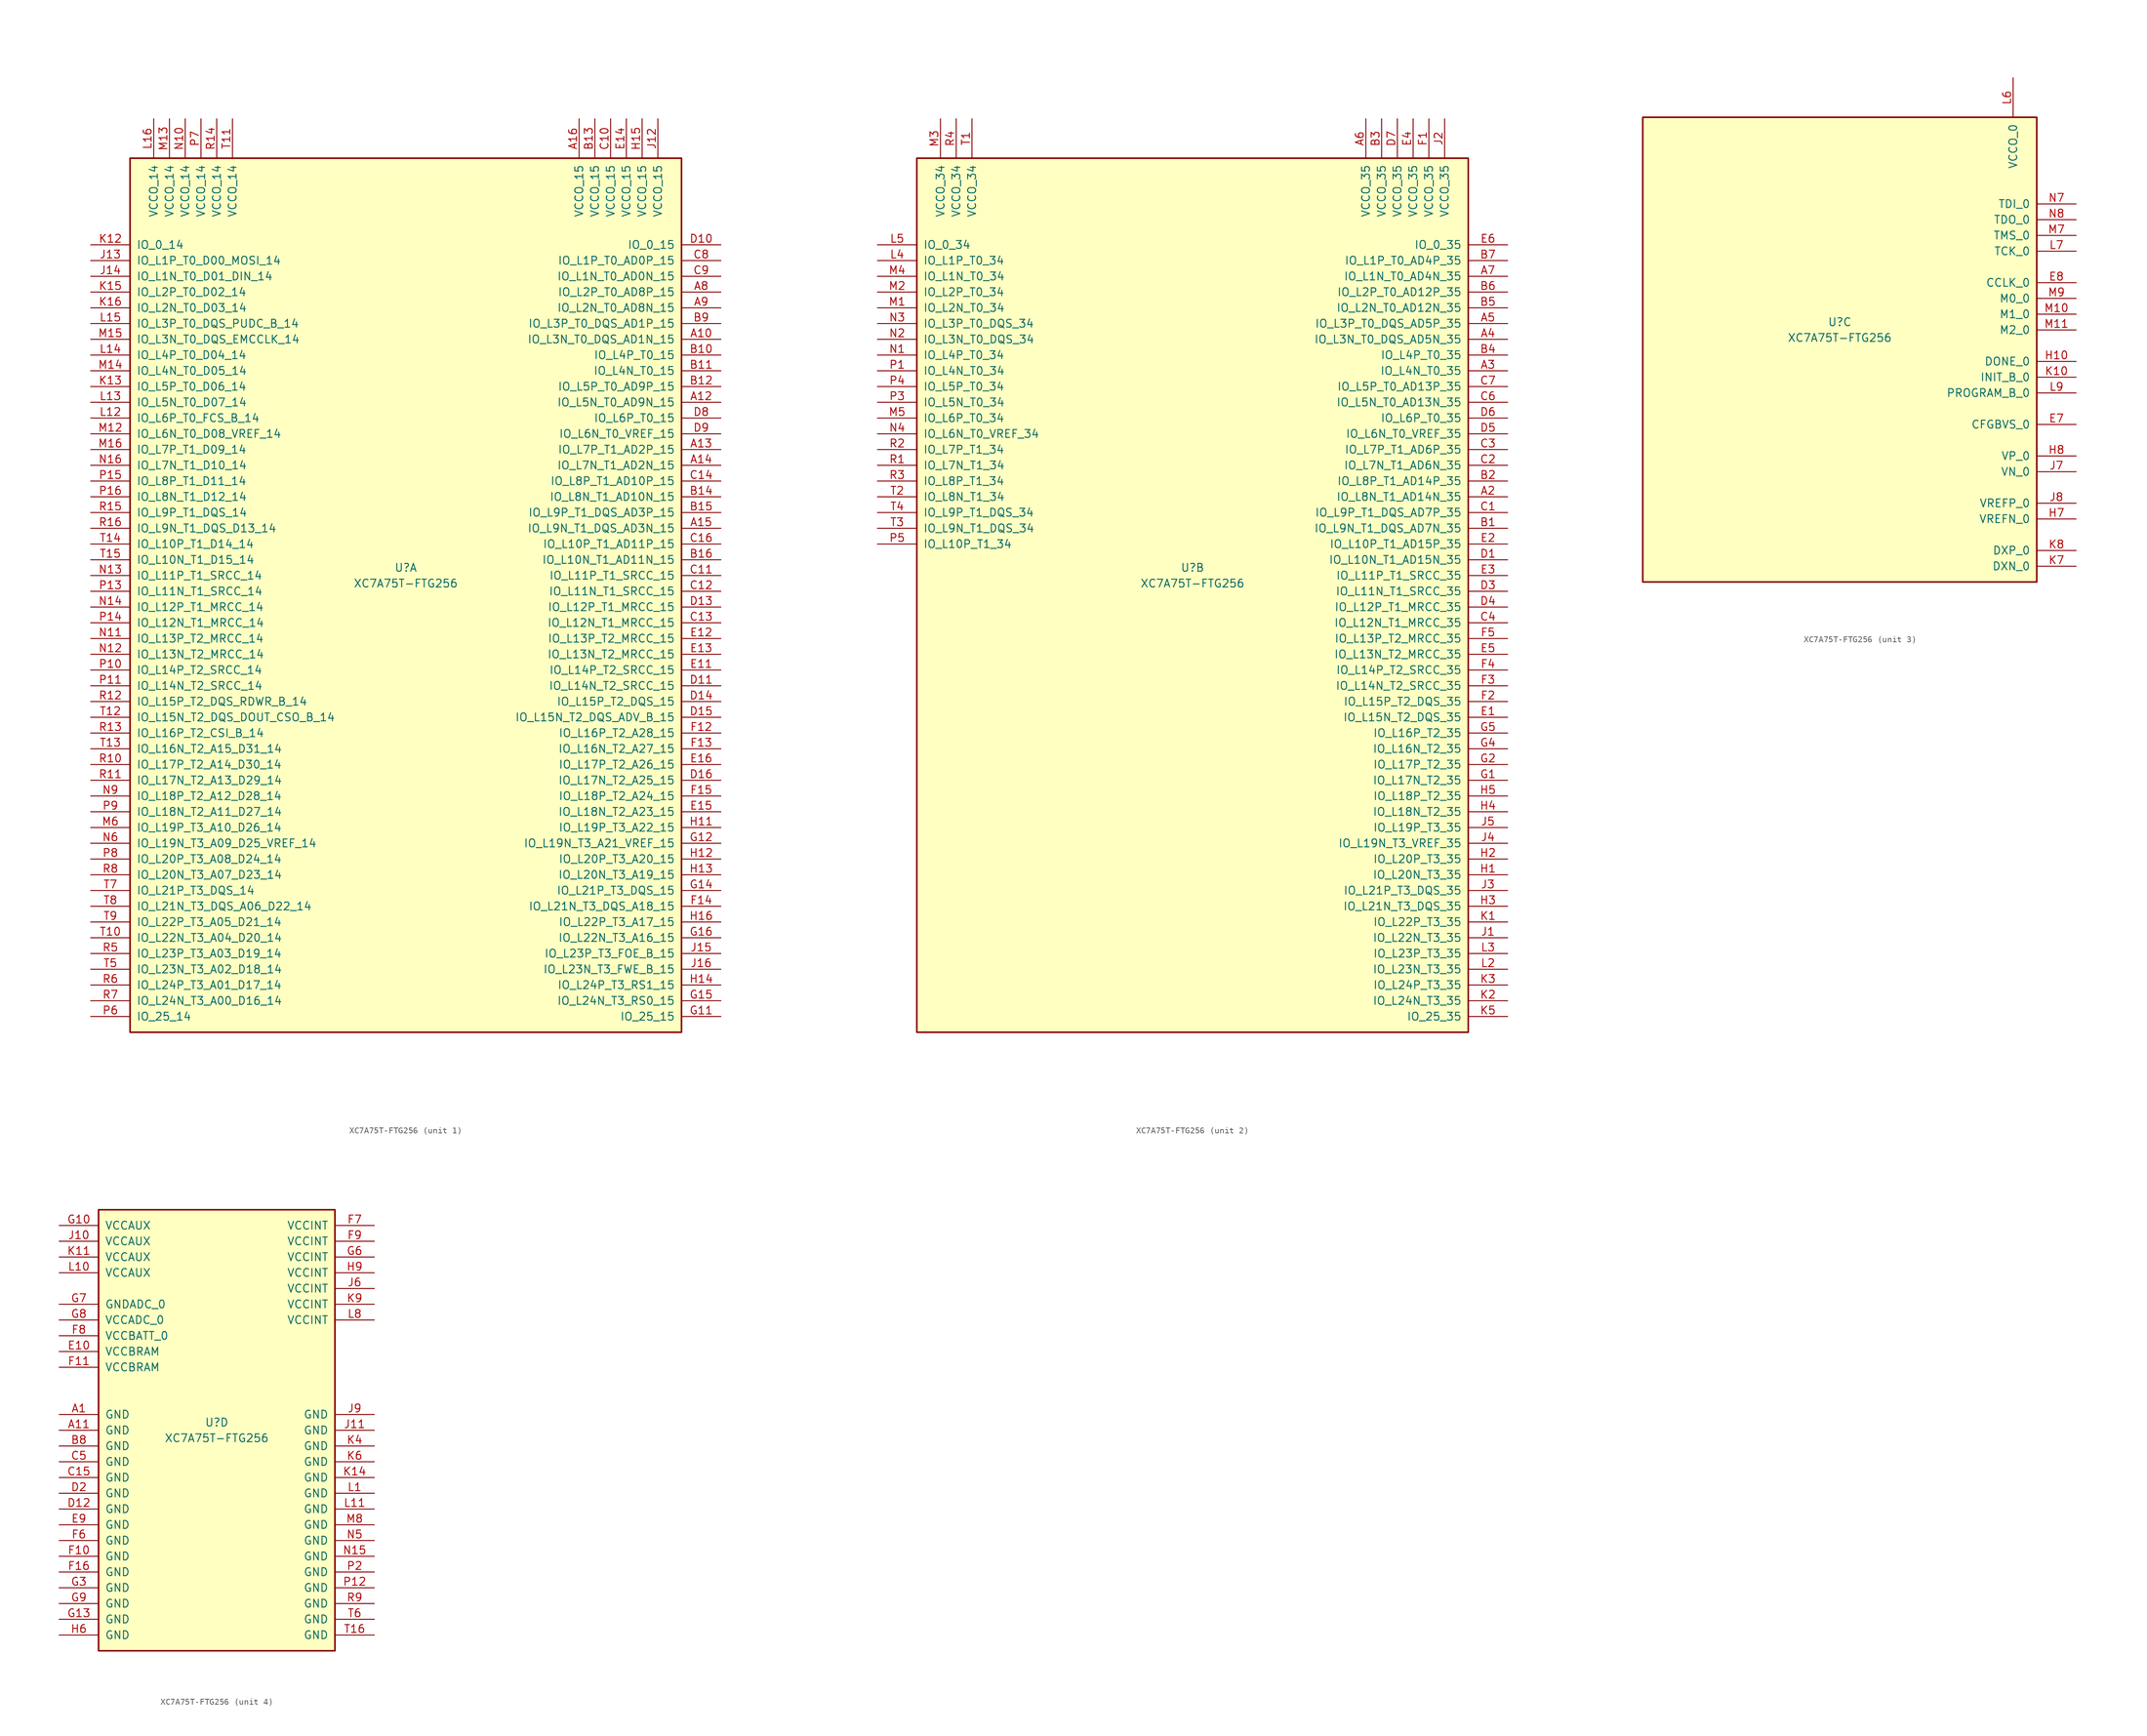
<source format=kicad_sym>
(kicad_symbol_lib
  (version 20201005)
  (generator kicad_symbol_editor)
  (symbol "XC7A75T-FTG256"
    (pin_names
      (offset 1.016))
    (property "Reference" "U"
      (at 0 1.27 0)
      (effects (font (size 1.27 1.27))))
    (property "Value" "XC7A75T-FTG256"
      (at 0 -1.27 0)
      (effects (font (size 1.27 1.27))))
    (property "Datasheet" ""
      (at 0 0 0)
      (effects (font (size 1.27 1.27))))
    (property "ki_locked" ""
      (at 0 0 0)
      (effects (font (size 1.27 1.27))))
    (symbol "XC7A75T-FTG256_1_1"
      (rectangle (start -44.45 67.31) (end 44.45 -73.66) (stroke (width 0.254)) (fill (type background)))
      (pin power_in line (at -40.64 73.66 270) (length 6.35) (name "VCCO_14" (effects (font (size 1.27 1.27)))) (number "L16" (effects (font (size 1.27 1.27)))))
      (pin power_in line (at -38.1 73.66 270) (length 6.35) (name "VCCO_14" (effects (font (size 1.27 1.27)))) (number "M13" (effects (font (size 1.27 1.27)))))
      (pin power_in line (at -35.56 73.66 270) (length 6.35) (name "VCCO_14" (effects (font (size 1.27 1.27)))) (number "N10" (effects (font (size 1.27 1.27)))))
      (pin power_in line (at -33.02 73.66 270) (length 6.35) (name "VCCO_14" (effects (font (size 1.27 1.27)))) (number "P7" (effects (font (size 1.27 1.27)))))
      (pin power_in line (at -30.48 73.66 270) (length 6.35) (name "VCCO_14" (effects (font (size 1.27 1.27)))) (number "R14" (effects (font (size 1.27 1.27)))))
      (pin power_in line (at -27.94 73.66 270) (length 6.35) (name "VCCO_14" (effects (font (size 1.27 1.27)))) (number "T11" (effects (font (size 1.27 1.27)))))
      (pin bidirectional line (at -50.8 53.34 0) (length 6.35) (name "IO_0_14" (effects (font (size 1.27 1.27)))) (number "K12" (effects (font (size 1.27 1.27)))))
      (pin bidirectional line (at -50.8 50.8 0) (length 6.35) (name "IO_L1P_T0_D00_MOSI_14" (effects (font (size 1.27 1.27)))) (number "J13" (effects (font (size 1.27 1.27)))))
      (pin bidirectional line (at -50.8 48.26 0) (length 6.35) (name "IO_L1N_T0_D01_DIN_14" (effects (font (size 1.27 1.27)))) (number "J14" (effects (font (size 1.27 1.27)))))
      (pin bidirectional line (at -50.8 45.72 0) (length 6.35) (name "IO_L2P_T0_D02_14" (effects (font (size 1.27 1.27)))) (number "K15" (effects (font (size 1.27 1.27)))))
      (pin bidirectional line (at -50.8 43.18 0) (length 6.35) (name "IO_L2N_T0_D03_14" (effects (font (size 1.27 1.27)))) (number "K16" (effects (font (size 1.27 1.27)))))
      (pin bidirectional line (at -50.8 40.64 0) (length 6.35) (name "IO_L3P_T0_DQS_PUDC_B_14" (effects (font (size 1.27 1.27)))) (number "L15" (effects (font (size 1.27 1.27)))))
      (pin bidirectional line (at -50.8 38.1 0) (length 6.35) (name "IO_L3N_T0_DQS_EMCCLK_14" (effects (font (size 1.27 1.27)))) (number "M15" (effects (font (size 1.27 1.27)))))
      (pin bidirectional line (at -50.8 35.56 0) (length 6.35) (name "IO_L4P_T0_D04_14" (effects (font (size 1.27 1.27)))) (number "L14" (effects (font (size 1.27 1.27)))))
      (pin bidirectional line (at -50.8 33.02 0) (length 6.35) (name "IO_L4N_T0_D05_14" (effects (font (size 1.27 1.27)))) (number "M14" (effects (font (size 1.27 1.27)))))
      (pin bidirectional line (at -50.8 30.48 0) (length 6.35) (name "IO_L5P_T0_D06_14" (effects (font (size 1.27 1.27)))) (number "K13" (effects (font (size 1.27 1.27)))))
      (pin bidirectional line (at -50.8 27.94 0) (length 6.35) (name "IO_L5N_T0_D07_14" (effects (font (size 1.27 1.27)))) (number "L13" (effects (font (size 1.27 1.27)))))
      (pin bidirectional line (at -50.8 25.4 0) (length 6.35) (name "IO_L6P_T0_FCS_B_14" (effects (font (size 1.27 1.27)))) (number "L12" (effects (font (size 1.27 1.27)))))
      (pin bidirectional line (at -50.8 22.86 0) (length 6.35) (name "IO_L6N_T0_D08_VREF_14" (effects (font (size 1.27 1.27)))) (number "M12" (effects (font (size 1.27 1.27)))))
      (pin bidirectional line (at -50.8 20.32 0) (length 6.35) (name "IO_L7P_T1_D09_14" (effects (font (size 1.27 1.27)))) (number "M16" (effects (font (size 1.27 1.27)))))
      (pin bidirectional line (at -50.8 17.78 0) (length 6.35) (name "IO_L7N_T1_D10_14" (effects (font (size 1.27 1.27)))) (number "N16" (effects (font (size 1.27 1.27)))))
      (pin bidirectional line (at -50.8 15.24 0) (length 6.35) (name "IO_L8P_T1_D11_14" (effects (font (size 1.27 1.27)))) (number "P15" (effects (font (size 1.27 1.27)))))
      (pin bidirectional line (at -50.8 12.7 0) (length 6.35) (name "IO_L8N_T1_D12_14" (effects (font (size 1.27 1.27)))) (number "P16" (effects (font (size 1.27 1.27)))))
      (pin bidirectional line (at -50.8 10.16 0) (length 6.35) (name "IO_L9P_T1_DQS_14" (effects (font (size 1.27 1.27)))) (number "R15" (effects (font (size 1.27 1.27)))))
      (pin bidirectional line (at -50.8 7.62 0) (length 6.35) (name "IO_L9N_T1_DQS_D13_14" (effects (font (size 1.27 1.27)))) (number "R16" (effects (font (size 1.27 1.27)))))
      (pin bidirectional line (at -50.8 5.08 0) (length 6.35) (name "IO_L10P_T1_D14_14" (effects (font (size 1.27 1.27)))) (number "T14" (effects (font (size 1.27 1.27)))))
      (pin bidirectional line (at -50.8 2.54 0) (length 6.35) (name "IO_L10N_T1_D15_14" (effects (font (size 1.27 1.27)))) (number "T15" (effects (font (size 1.27 1.27)))))
      (pin bidirectional line (at -50.8 0 0) (length 6.35) (name "IO_L11P_T1_SRCC_14" (effects (font (size 1.27 1.27)))) (number "N13" (effects (font (size 1.27 1.27)))))
      (pin bidirectional line (at -50.8 -2.54 0) (length 6.35) (name "IO_L11N_T1_SRCC_14" (effects (font (size 1.27 1.27)))) (number "P13" (effects (font (size 1.27 1.27)))))
      (pin bidirectional line (at -50.8 -5.08 0) (length 6.35) (name "IO_L12P_T1_MRCC_14" (effects (font (size 1.27 1.27)))) (number "N14" (effects (font (size 1.27 1.27)))))
      (pin bidirectional line (at -50.8 -7.62 0) (length 6.35) (name "IO_L12N_T1_MRCC_14" (effects (font (size 1.27 1.27)))) (number "P14" (effects (font (size 1.27 1.27)))))
      (pin bidirectional line (at -50.8 -10.16 0) (length 6.35) (name "IO_L13P_T2_MRCC_14" (effects (font (size 1.27 1.27)))) (number "N11" (effects (font (size 1.27 1.27)))))
      (pin bidirectional line (at -50.8 -12.7 0) (length 6.35) (name "IO_L13N_T2_MRCC_14" (effects (font (size 1.27 1.27)))) (number "N12" (effects (font (size 1.27 1.27)))))
      (pin bidirectional line (at -50.8 -15.24 0) (length 6.35) (name "IO_L14P_T2_SRCC_14" (effects (font (size 1.27 1.27)))) (number "P10" (effects (font (size 1.27 1.27)))))
      (pin bidirectional line (at -50.8 -17.78 0) (length 6.35) (name "IO_L14N_T2_SRCC_14" (effects (font (size 1.27 1.27)))) (number "P11" (effects (font (size 1.27 1.27)))))
      (pin bidirectional line (at -50.8 -20.32 0) (length 6.35) (name "IO_L15P_T2_DQS_RDWR_B_14" (effects (font (size 1.27 1.27)))) (number "R12" (effects (font (size 1.27 1.27)))))
      (pin bidirectional line (at -50.8 -22.86 0) (length 6.35) (name "IO_L15N_T2_DQS_DOUT_CSO_B_14" (effects (font (size 1.27 1.27)))) (number "T12" (effects (font (size 1.27 1.27)))))
      (pin bidirectional line (at -50.8 -25.4 0) (length 6.35) (name "IO_L16P_T2_CSI_B_14" (effects (font (size 1.27 1.27)))) (number "R13" (effects (font (size 1.27 1.27)))))
      (pin bidirectional line (at -50.8 -27.94 0) (length 6.35) (name "IO_L16N_T2_A15_D31_14" (effects (font (size 1.27 1.27)))) (number "T13" (effects (font (size 1.27 1.27)))))
      (pin bidirectional line (at -50.8 -30.48 0) (length 6.35) (name "IO_L17P_T2_A14_D30_14" (effects (font (size 1.27 1.27)))) (number "R10" (effects (font (size 1.27 1.27)))))
      (pin bidirectional line (at -50.8 -33.02 0) (length 6.35) (name "IO_L17N_T2_A13_D29_14" (effects (font (size 1.27 1.27)))) (number "R11" (effects (font (size 1.27 1.27)))))
      (pin bidirectional line (at -50.8 -35.56 0) (length 6.35) (name "IO_L18P_T2_A12_D28_14" (effects (font (size 1.27 1.27)))) (number "N9" (effects (font (size 1.27 1.27)))))
      (pin bidirectional line (at -50.8 -38.1 0) (length 6.35) (name "IO_L18N_T2_A11_D27_14" (effects (font (size 1.27 1.27)))) (number "P9" (effects (font (size 1.27 1.27)))))
      (pin bidirectional line (at -50.8 -40.64 0) (length 6.35) (name "IO_L19P_T3_A10_D26_14" (effects (font (size 1.27 1.27)))) (number "M6" (effects (font (size 1.27 1.27)))))
      (pin bidirectional line (at -50.8 -43.18 0) (length 6.35) (name "IO_L19N_T3_A09_D25_VREF_14" (effects (font (size 1.27 1.27)))) (number "N6" (effects (font (size 1.27 1.27)))))
      (pin bidirectional line (at -50.8 -45.72 0) (length 6.35) (name "IO_L20P_T3_A08_D24_14" (effects (font (size 1.27 1.27)))) (number "P8" (effects (font (size 1.27 1.27)))))
      (pin bidirectional line (at -50.8 -48.26 0) (length 6.35) (name "IO_L20N_T3_A07_D23_14" (effects (font (size 1.27 1.27)))) (number "R8" (effects (font (size 1.27 1.27)))))
      (pin bidirectional line (at -50.8 -50.8 0) (length 6.35) (name "IO_L21P_T3_DQS_14" (effects (font (size 1.27 1.27)))) (number "T7" (effects (font (size 1.27 1.27)))))
      (pin bidirectional line (at -50.8 -53.34 0) (length 6.35) (name "IO_L21N_T3_DQS_A06_D22_14" (effects (font (size 1.27 1.27)))) (number "T8" (effects (font (size 1.27 1.27)))))
      (pin bidirectional line (at -50.8 -55.88 0) (length 6.35) (name "IO_L22P_T3_A05_D21_14" (effects (font (size 1.27 1.27)))) (number "T9" (effects (font (size 1.27 1.27)))))
      (pin bidirectional line (at -50.8 -58.42 0) (length 6.35) (name "IO_L22N_T3_A04_D20_14" (effects (font (size 1.27 1.27)))) (number "T10" (effects (font (size 1.27 1.27)))))
      (pin bidirectional line (at -50.8 -60.96 0) (length 6.35) (name "IO_L23P_T3_A03_D19_14" (effects (font (size 1.27 1.27)))) (number "R5" (effects (font (size 1.27 1.27)))))
      (pin bidirectional line (at -50.8 -63.5 0) (length 6.35) (name "IO_L23N_T3_A02_D18_14" (effects (font (size 1.27 1.27)))) (number "T5" (effects (font (size 1.27 1.27)))))
      (pin bidirectional line (at -50.8 -66.04 0) (length 6.35) (name "IO_L24P_T3_A01_D17_14" (effects (font (size 1.27 1.27)))) (number "R6" (effects (font (size 1.27 1.27)))))
      (pin bidirectional line (at -50.8 -68.58 0) (length 6.35) (name "IO_L24N_T3_A00_D16_14" (effects (font (size 1.27 1.27)))) (number "R7" (effects (font (size 1.27 1.27)))))
      (pin bidirectional line (at -50.8 -71.12 0) (length 6.35) (name "IO_25_14" (effects (font (size 1.27 1.27)))) (number "P6" (effects (font (size 1.27 1.27)))))
      (pin power_in line (at 27.94 73.66 270) (length 6.35) (name "VCCO_15" (effects (font (size 1.27 1.27)))) (number "A16" (effects (font (size 1.27 1.27)))))
      (pin power_in line (at 30.48 73.66 270) (length 6.35) (name "VCCO_15" (effects (font (size 1.27 1.27)))) (number "B13" (effects (font (size 1.27 1.27)))))
      (pin power_in line (at 33.02 73.66 270) (length 6.35) (name "VCCO_15" (effects (font (size 1.27 1.27)))) (number "C10" (effects (font (size 1.27 1.27)))))
      (pin power_in line (at 35.56 73.66 270) (length 6.35) (name "VCCO_15" (effects (font (size 1.27 1.27)))) (number "E14" (effects (font (size 1.27 1.27)))))
      (pin power_in line (at 38.1 73.66 270) (length 6.35) (name "VCCO_15" (effects (font (size 1.27 1.27)))) (number "H15" (effects (font (size 1.27 1.27)))))
      (pin power_in line (at 40.64 73.66 270) (length 6.35) (name "VCCO_15" (effects (font (size 1.27 1.27)))) (number "J12" (effects (font (size 1.27 1.27)))))
      (pin bidirectional line (at 50.8 53.34 180) (length 6.35) (name "IO_0_15" (effects (font (size 1.27 1.27)))) (number "D10" (effects (font (size 1.27 1.27)))))
      (pin bidirectional line (at 50.8 50.8 180) (length 6.35) (name "IO_L1P_T0_AD0P_15" (effects (font (size 1.27 1.27)))) (number "C8" (effects (font (size 1.27 1.27)))))
      (pin bidirectional line (at 50.8 48.26 180) (length 6.35) (name "IO_L1N_T0_AD0N_15" (effects (font (size 1.27 1.27)))) (number "C9" (effects (font (size 1.27 1.27)))))
      (pin bidirectional line (at 50.8 45.72 180) (length 6.35) (name "IO_L2P_T0_AD8P_15" (effects (font (size 1.27 1.27)))) (number "A8" (effects (font (size 1.27 1.27)))))
      (pin bidirectional line (at 50.8 43.18 180) (length 6.35) (name "IO_L2N_T0_AD8N_15" (effects (font (size 1.27 1.27)))) (number "A9" (effects (font (size 1.27 1.27)))))
      (pin bidirectional line (at 50.8 40.64 180) (length 6.35) (name "IO_L3P_T0_DQS_AD1P_15" (effects (font (size 1.27 1.27)))) (number "B9" (effects (font (size 1.27 1.27)))))
      (pin bidirectional line (at 50.8 38.1 180) (length 6.35) (name "IO_L3N_T0_DQS_AD1N_15" (effects (font (size 1.27 1.27)))) (number "A10" (effects (font (size 1.27 1.27)))))
      (pin bidirectional line (at 50.8 35.56 180) (length 6.35) (name "IO_L4P_T0_15" (effects (font (size 1.27 1.27)))) (number "B10" (effects (font (size 1.27 1.27)))))
      (pin bidirectional line (at 50.8 33.02 180) (length 6.35) (name "IO_L4N_T0_15" (effects (font (size 1.27 1.27)))) (number "B11" (effects (font (size 1.27 1.27)))))
      (pin bidirectional line (at 50.8 30.48 180) (length 6.35) (name "IO_L5P_T0_AD9P_15" (effects (font (size 1.27 1.27)))) (number "B12" (effects (font (size 1.27 1.27)))))
      (pin bidirectional line (at 50.8 27.94 180) (length 6.35) (name "IO_L5N_T0_AD9N_15" (effects (font (size 1.27 1.27)))) (number "A12" (effects (font (size 1.27 1.27)))))
      (pin bidirectional line (at 50.8 25.4 180) (length 6.35) (name "IO_L6P_T0_15" (effects (font (size 1.27 1.27)))) (number "D8" (effects (font (size 1.27 1.27)))))
      (pin bidirectional line (at 50.8 22.86 180) (length 6.35) (name "IO_L6N_T0_VREF_15" (effects (font (size 1.27 1.27)))) (number "D9" (effects (font (size 1.27 1.27)))))
      (pin bidirectional line (at 50.8 20.32 180) (length 6.35) (name "IO_L7P_T1_AD2P_15" (effects (font (size 1.27 1.27)))) (number "A13" (effects (font (size 1.27 1.27)))))
      (pin bidirectional line (at 50.8 17.78 180) (length 6.35) (name "IO_L7N_T1_AD2N_15" (effects (font (size 1.27 1.27)))) (number "A14" (effects (font (size 1.27 1.27)))))
      (pin bidirectional line (at 50.8 15.24 180) (length 6.35) (name "IO_L8P_T1_AD10P_15" (effects (font (size 1.27 1.27)))) (number "C14" (effects (font (size 1.27 1.27)))))
      (pin bidirectional line (at 50.8 12.7 180) (length 6.35) (name "IO_L8N_T1_AD10N_15" (effects (font (size 1.27 1.27)))) (number "B14" (effects (font (size 1.27 1.27)))))
      (pin bidirectional line (at 50.8 10.16 180) (length 6.35) (name "IO_L9P_T1_DQS_AD3P_15" (effects (font (size 1.27 1.27)))) (number "B15" (effects (font (size 1.27 1.27)))))
      (pin bidirectional line (at 50.8 7.62 180) (length 6.35) (name "IO_L9N_T1_DQS_AD3N_15" (effects (font (size 1.27 1.27)))) (number "A15" (effects (font (size 1.27 1.27)))))
      (pin bidirectional line (at 50.8 5.08 180) (length 6.35) (name "IO_L10P_T1_AD11P_15" (effects (font (size 1.27 1.27)))) (number "C16" (effects (font (size 1.27 1.27)))))
      (pin bidirectional line (at 50.8 2.54 180) (length 6.35) (name "IO_L10N_T1_AD11N_15" (effects (font (size 1.27 1.27)))) (number "B16" (effects (font (size 1.27 1.27)))))
      (pin bidirectional line (at 50.8 0 180) (length 6.35) (name "IO_L11P_T1_SRCC_15" (effects (font (size 1.27 1.27)))) (number "C11" (effects (font (size 1.27 1.27)))))
      (pin bidirectional line (at 50.8 -2.54 180) (length 6.35) (name "IO_L11N_T1_SRCC_15" (effects (font (size 1.27 1.27)))) (number "C12" (effects (font (size 1.27 1.27)))))
      (pin bidirectional line (at 50.8 -5.08 180) (length 6.35) (name "IO_L12P_T1_MRCC_15" (effects (font (size 1.27 1.27)))) (number "D13" (effects (font (size 1.27 1.27)))))
      (pin bidirectional line (at 50.8 -7.62 180) (length 6.35) (name "IO_L12N_T1_MRCC_15" (effects (font (size 1.27 1.27)))) (number "C13" (effects (font (size 1.27 1.27)))))
      (pin bidirectional line (at 50.8 -10.16 180) (length 6.35) (name "IO_L13P_T2_MRCC_15" (effects (font (size 1.27 1.27)))) (number "E12" (effects (font (size 1.27 1.27)))))
      (pin bidirectional line (at 50.8 -12.7 180) (length 6.35) (name "IO_L13N_T2_MRCC_15" (effects (font (size 1.27 1.27)))) (number "E13" (effects (font (size 1.27 1.27)))))
      (pin bidirectional line (at 50.8 -15.24 180) (length 6.35) (name "IO_L14P_T2_SRCC_15" (effects (font (size 1.27 1.27)))) (number "E11" (effects (font (size 1.27 1.27)))))
      (pin bidirectional line (at 50.8 -17.78 180) (length 6.35) (name "IO_L14N_T2_SRCC_15" (effects (font (size 1.27 1.27)))) (number "D11" (effects (font (size 1.27 1.27)))))
      (pin bidirectional line (at 50.8 -20.32 180) (length 6.35) (name "IO_L15P_T2_DQS_15" (effects (font (size 1.27 1.27)))) (number "D14" (effects (font (size 1.27 1.27)))))
      (pin bidirectional line (at 50.8 -22.86 180) (length 6.35) (name "IO_L15N_T2_DQS_ADV_B_15" (effects (font (size 1.27 1.27)))) (number "D15" (effects (font (size 1.27 1.27)))))
      (pin bidirectional line (at 50.8 -25.4 180) (length 6.35) (name "IO_L16P_T2_A28_15" (effects (font (size 1.27 1.27)))) (number "F12" (effects (font (size 1.27 1.27)))))
      (pin bidirectional line (at 50.8 -27.94 180) (length 6.35) (name "IO_L16N_T2_A27_15" (effects (font (size 1.27 1.27)))) (number "F13" (effects (font (size 1.27 1.27)))))
      (pin bidirectional line (at 50.8 -30.48 180) (length 6.35) (name "IO_L17P_T2_A26_15" (effects (font (size 1.27 1.27)))) (number "E16" (effects (font (size 1.27 1.27)))))
      (pin bidirectional line (at 50.8 -33.02 180) (length 6.35) (name "IO_L17N_T2_A25_15" (effects (font (size 1.27 1.27)))) (number "D16" (effects (font (size 1.27 1.27)))))
      (pin bidirectional line (at 50.8 -35.56 180) (length 6.35) (name "IO_L18P_T2_A24_15" (effects (font (size 1.27 1.27)))) (number "F15" (effects (font (size 1.27 1.27)))))
      (pin bidirectional line (at 50.8 -38.1 180) (length 6.35) (name "IO_L18N_T2_A23_15" (effects (font (size 1.27 1.27)))) (number "E15" (effects (font (size 1.27 1.27)))))
      (pin bidirectional line (at 50.8 -40.64 180) (length 6.35) (name "IO_L19P_T3_A22_15" (effects (font (size 1.27 1.27)))) (number "H11" (effects (font (size 1.27 1.27)))))
      (pin bidirectional line (at 50.8 -43.18 180) (length 6.35) (name "IO_L19N_T3_A21_VREF_15" (effects (font (size 1.27 1.27)))) (number "G12" (effects (font (size 1.27 1.27)))))
      (pin bidirectional line (at 50.8 -45.72 180) (length 6.35) (name "IO_L20P_T3_A20_15" (effects (font (size 1.27 1.27)))) (number "H12" (effects (font (size 1.27 1.27)))))
      (pin bidirectional line (at 50.8 -48.26 180) (length 6.35) (name "IO_L20N_T3_A19_15" (effects (font (size 1.27 1.27)))) (number "H13" (effects (font (size 1.27 1.27)))))
      (pin bidirectional line (at 50.8 -50.8 180) (length 6.35) (name "IO_L21P_T3_DQS_15" (effects (font (size 1.27 1.27)))) (number "G14" (effects (font (size 1.27 1.27)))))
      (pin bidirectional line (at 50.8 -53.34 180) (length 6.35) (name "IO_L21N_T3_DQS_A18_15" (effects (font (size 1.27 1.27)))) (number "F14" (effects (font (size 1.27 1.27)))))
      (pin bidirectional line (at 50.8 -55.88 180) (length 6.35) (name "IO_L22P_T3_A17_15" (effects (font (size 1.27 1.27)))) (number "H16" (effects (font (size 1.27 1.27)))))
      (pin bidirectional line (at 50.8 -58.42 180) (length 6.35) (name "IO_L22N_T3_A16_15" (effects (font (size 1.27 1.27)))) (number "G16" (effects (font (size 1.27 1.27)))))
      (pin bidirectional line (at 50.8 -60.96 180) (length 6.35) (name "IO_L23P_T3_FOE_B_15" (effects (font (size 1.27 1.27)))) (number "J15" (effects (font (size 1.27 1.27)))))
      (pin bidirectional line (at 50.8 -63.5 180) (length 6.35) (name "IO_L23N_T3_FWE_B_15" (effects (font (size 1.27 1.27)))) (number "J16" (effects (font (size 1.27 1.27)))))
      (pin bidirectional line (at 50.8 -66.04 180) (length 6.35) (name "IO_L24P_T3_RS1_15" (effects (font (size 1.27 1.27)))) (number "H14" (effects (font (size 1.27 1.27)))))
      (pin bidirectional line (at 50.8 -68.58 180) (length 6.35) (name "IO_L24N_T3_RS0_15" (effects (font (size 1.27 1.27)))) (number "G15" (effects (font (size 1.27 1.27)))))
      (pin bidirectional line (at 50.8 -71.12 180) (length 6.35) (name "IO_25_15" (effects (font (size 1.27 1.27)))) (number "G11" (effects (font (size 1.27 1.27))))))
    (symbol "XC7A75T-FTG256_2_1"
      (rectangle (start -44.45 67.31) (end 44.45 -73.66) (stroke (width 0.254)) (fill (type background)))
      (pin power_in line (at -40.64 73.66 270) (length 6.35) (name "VCCO_34" (effects (font (size 1.27 1.27)))) (number "M3" (effects (font (size 1.27 1.27)))))
      (pin power_in line (at -38.1 73.66 270) (length 6.35) (name "VCCO_34" (effects (font (size 1.27 1.27)))) (number "R4" (effects (font (size 1.27 1.27)))))
      (pin power_in line (at -35.56 73.66 270) (length 6.35) (name "VCCO_34" (effects (font (size 1.27 1.27)))) (number "T1" (effects (font (size 1.27 1.27)))))
      (pin bidirectional line (at -50.8 53.34 0) (length 6.35) (name "IO_0_34" (effects (font (size 1.27 1.27)))) (number "L5" (effects (font (size 1.27 1.27)))))
      (pin bidirectional line (at -50.8 50.8 0) (length 6.35) (name "IO_L1P_T0_34" (effects (font (size 1.27 1.27)))) (number "L4" (effects (font (size 1.27 1.27)))))
      (pin bidirectional line (at -50.8 48.26 0) (length 6.35) (name "IO_L1N_T0_34" (effects (font (size 1.27 1.27)))) (number "M4" (effects (font (size 1.27 1.27)))))
      (pin bidirectional line (at -50.8 45.72 0) (length 6.35) (name "IO_L2P_T0_34" (effects (font (size 1.27 1.27)))) (number "M2" (effects (font (size 1.27 1.27)))))
      (pin bidirectional line (at -50.8 43.18 0) (length 6.35) (name "IO_L2N_T0_34" (effects (font (size 1.27 1.27)))) (number "M1" (effects (font (size 1.27 1.27)))))
      (pin bidirectional line (at -50.8 40.64 0) (length 6.35) (name "IO_L3P_T0_DQS_34" (effects (font (size 1.27 1.27)))) (number "N3" (effects (font (size 1.27 1.27)))))
      (pin bidirectional line (at -50.8 38.1 0) (length 6.35) (name "IO_L3N_T0_DQS_34" (effects (font (size 1.27 1.27)))) (number "N2" (effects (font (size 1.27 1.27)))))
      (pin bidirectional line (at -50.8 35.56 0) (length 6.35) (name "IO_L4P_T0_34" (effects (font (size 1.27 1.27)))) (number "N1" (effects (font (size 1.27 1.27)))))
      (pin bidirectional line (at -50.8 33.02 0) (length 6.35) (name "IO_L4N_T0_34" (effects (font (size 1.27 1.27)))) (number "P1" (effects (font (size 1.27 1.27)))))
      (pin bidirectional line (at -50.8 30.48 0) (length 6.35) (name "IO_L5P_T0_34" (effects (font (size 1.27 1.27)))) (number "P4" (effects (font (size 1.27 1.27)))))
      (pin bidirectional line (at -50.8 27.94 0) (length 6.35) (name "IO_L5N_T0_34" (effects (font (size 1.27 1.27)))) (number "P3" (effects (font (size 1.27 1.27)))))
      (pin bidirectional line (at -50.8 25.4 0) (length 6.35) (name "IO_L6P_T0_34" (effects (font (size 1.27 1.27)))) (number "M5" (effects (font (size 1.27 1.27)))))
      (pin bidirectional line (at -50.8 22.86 0) (length 6.35) (name "IO_L6N_T0_VREF_34" (effects (font (size 1.27 1.27)))) (number "N4" (effects (font (size 1.27 1.27)))))
      (pin bidirectional line (at -50.8 20.32 0) (length 6.35) (name "IO_L7P_T1_34" (effects (font (size 1.27 1.27)))) (number "R2" (effects (font (size 1.27 1.27)))))
      (pin bidirectional line (at -50.8 17.78 0) (length 6.35) (name "IO_L7N_T1_34" (effects (font (size 1.27 1.27)))) (number "R1" (effects (font (size 1.27 1.27)))))
      (pin bidirectional line (at -50.8 15.24 0) (length 6.35) (name "IO_L8P_T1_34" (effects (font (size 1.27 1.27)))) (number "R3" (effects (font (size 1.27 1.27)))))
      (pin bidirectional line (at -50.8 12.7 0) (length 6.35) (name "IO_L8N_T1_34" (effects (font (size 1.27 1.27)))) (number "T2" (effects (font (size 1.27 1.27)))))
      (pin bidirectional line (at -50.8 10.16 0) (length 6.35) (name "IO_L9P_T1_DQS_34" (effects (font (size 1.27 1.27)))) (number "T4" (effects (font (size 1.27 1.27)))))
      (pin bidirectional line (at -50.8 7.62 0) (length 6.35) (name "IO_L9N_T1_DQS_34" (effects (font (size 1.27 1.27)))) (number "T3" (effects (font (size 1.27 1.27)))))
      (pin bidirectional line (at -50.8 5.08 0) (length 6.35) (name "IO_L10P_T1_34" (effects (font (size 1.27 1.27)))) (number "P5" (effects (font (size 1.27 1.27)))))
      (pin power_in line (at 27.94 73.66 270) (length 6.35) (name "VCCO_35" (effects (font (size 1.27 1.27)))) (number "A6" (effects (font (size 1.27 1.27)))))
      (pin power_in line (at 30.48 73.66 270) (length 6.35) (name "VCCO_35" (effects (font (size 1.27 1.27)))) (number "B3" (effects (font (size 1.27 1.27)))))
      (pin power_in line (at 33.02 73.66 270) (length 6.35) (name "VCCO_35" (effects (font (size 1.27 1.27)))) (number "D7" (effects (font (size 1.27 1.27)))))
      (pin power_in line (at 35.56 73.66 270) (length 6.35) (name "VCCO_35" (effects (font (size 1.27 1.27)))) (number "E4" (effects (font (size 1.27 1.27)))))
      (pin power_in line (at 38.1 73.66 270) (length 6.35) (name "VCCO_35" (effects (font (size 1.27 1.27)))) (number "F1" (effects (font (size 1.27 1.27)))))
      (pin power_in line (at 40.64 73.66 270) (length 6.35) (name "VCCO_35" (effects (font (size 1.27 1.27)))) (number "J2" (effects (font (size 1.27 1.27)))))
      (pin bidirectional line (at 50.8 53.34 180) (length 6.35) (name "IO_0_35" (effects (font (size 1.27 1.27)))) (number "E6" (effects (font (size 1.27 1.27)))))
      (pin bidirectional line (at 50.8 50.8 180) (length 6.35) (name "IO_L1P_T0_AD4P_35" (effects (font (size 1.27 1.27)))) (number "B7" (effects (font (size 1.27 1.27)))))
      (pin bidirectional line (at 50.8 48.26 180) (length 6.35) (name "IO_L1N_T0_AD4N_35" (effects (font (size 1.27 1.27)))) (number "A7" (effects (font (size 1.27 1.27)))))
      (pin bidirectional line (at 50.8 45.72 180) (length 6.35) (name "IO_L2P_T0_AD12P_35" (effects (font (size 1.27 1.27)))) (number "B6" (effects (font (size 1.27 1.27)))))
      (pin bidirectional line (at 50.8 43.18 180) (length 6.35) (name "IO_L2N_T0_AD12N_35" (effects (font (size 1.27 1.27)))) (number "B5" (effects (font (size 1.27 1.27)))))
      (pin bidirectional line (at 50.8 40.64 180) (length 6.35) (name "IO_L3P_T0_DQS_AD5P_35" (effects (font (size 1.27 1.27)))) (number "A5" (effects (font (size 1.27 1.27)))))
      (pin bidirectional line (at 50.8 38.1 180) (length 6.35) (name "IO_L3N_T0_DQS_AD5N_35" (effects (font (size 1.27 1.27)))) (number "A4" (effects (font (size 1.27 1.27)))))
      (pin bidirectional line (at 50.8 35.56 180) (length 6.35) (name "IO_L4P_T0_35" (effects (font (size 1.27 1.27)))) (number "B4" (effects (font (size 1.27 1.27)))))
      (pin bidirectional line (at 50.8 33.02 180) (length 6.35) (name "IO_L4N_T0_35" (effects (font (size 1.27 1.27)))) (number "A3" (effects (font (size 1.27 1.27)))))
      (pin bidirectional line (at 50.8 30.48 180) (length 6.35) (name "IO_L5P_T0_AD13P_35" (effects (font (size 1.27 1.27)))) (number "C7" (effects (font (size 1.27 1.27)))))
      (pin bidirectional line (at 50.8 27.94 180) (length 6.35) (name "IO_L5N_T0_AD13N_35" (effects (font (size 1.27 1.27)))) (number "C6" (effects (font (size 1.27 1.27)))))
      (pin bidirectional line (at 50.8 25.4 180) (length 6.35) (name "IO_L6P_T0_35" (effects (font (size 1.27 1.27)))) (number "D6" (effects (font (size 1.27 1.27)))))
      (pin bidirectional line (at 50.8 22.86 180) (length 6.35) (name "IO_L6N_T0_VREF_35" (effects (font (size 1.27 1.27)))) (number "D5" (effects (font (size 1.27 1.27)))))
      (pin bidirectional line (at 50.8 20.32 180) (length 6.35) (name "IO_L7P_T1_AD6P_35" (effects (font (size 1.27 1.27)))) (number "C3" (effects (font (size 1.27 1.27)))))
      (pin bidirectional line (at 50.8 17.78 180) (length 6.35) (name "IO_L7N_T1_AD6N_35" (effects (font (size 1.27 1.27)))) (number "C2" (effects (font (size 1.27 1.27)))))
      (pin bidirectional line (at 50.8 15.24 180) (length 6.35) (name "IO_L8P_T1_AD14P_35" (effects (font (size 1.27 1.27)))) (number "B2" (effects (font (size 1.27 1.27)))))
      (pin bidirectional line (at 50.8 12.7 180) (length 6.35) (name "IO_L8N_T1_AD14N_35" (effects (font (size 1.27 1.27)))) (number "A2" (effects (font (size 1.27 1.27)))))
      (pin bidirectional line (at 50.8 10.16 180) (length 6.35) (name "IO_L9P_T1_DQS_AD7P_35" (effects (font (size 1.27 1.27)))) (number "C1" (effects (font (size 1.27 1.27)))))
      (pin bidirectional line (at 50.8 7.62 180) (length 6.35) (name "IO_L9N_T1_DQS_AD7N_35" (effects (font (size 1.27 1.27)))) (number "B1" (effects (font (size 1.27 1.27)))))
      (pin bidirectional line (at 50.8 5.08 180) (length 6.35) (name "IO_L10P_T1_AD15P_35" (effects (font (size 1.27 1.27)))) (number "E2" (effects (font (size 1.27 1.27)))))
      (pin bidirectional line (at 50.8 2.54 180) (length 6.35) (name "IO_L10N_T1_AD15N_35" (effects (font (size 1.27 1.27)))) (number "D1" (effects (font (size 1.27 1.27)))))
      (pin bidirectional line (at 50.8 0 180) (length 6.35) (name "IO_L11P_T1_SRCC_35" (effects (font (size 1.27 1.27)))) (number "E3" (effects (font (size 1.27 1.27)))))
      (pin bidirectional line (at 50.8 -2.54 180) (length 6.35) (name "IO_L11N_T1_SRCC_35" (effects (font (size 1.27 1.27)))) (number "D3" (effects (font (size 1.27 1.27)))))
      (pin bidirectional line (at 50.8 -5.08 180) (length 6.35) (name "IO_L12P_T1_MRCC_35" (effects (font (size 1.27 1.27)))) (number "D4" (effects (font (size 1.27 1.27)))))
      (pin bidirectional line (at 50.8 -7.62 180) (length 6.35) (name "IO_L12N_T1_MRCC_35" (effects (font (size 1.27 1.27)))) (number "C4" (effects (font (size 1.27 1.27)))))
      (pin bidirectional line (at 50.8 -10.16 180) (length 6.35) (name "IO_L13P_T2_MRCC_35" (effects (font (size 1.27 1.27)))) (number "F5" (effects (font (size 1.27 1.27)))))
      (pin bidirectional line (at 50.8 -12.7 180) (length 6.35) (name "IO_L13N_T2_MRCC_35" (effects (font (size 1.27 1.27)))) (number "E5" (effects (font (size 1.27 1.27)))))
      (pin bidirectional line (at 50.8 -15.24 180) (length 6.35) (name "IO_L14P_T2_SRCC_35" (effects (font (size 1.27 1.27)))) (number "F4" (effects (font (size 1.27 1.27)))))
      (pin bidirectional line (at 50.8 -17.78 180) (length 6.35) (name "IO_L14N_T2_SRCC_35" (effects (font (size 1.27 1.27)))) (number "F3" (effects (font (size 1.27 1.27)))))
      (pin bidirectional line (at 50.8 -20.32 180) (length 6.35) (name "IO_L15P_T2_DQS_35" (effects (font (size 1.27 1.27)))) (number "F2" (effects (font (size 1.27 1.27)))))
      (pin bidirectional line (at 50.8 -22.86 180) (length 6.35) (name "IO_L15N_T2_DQS_35" (effects (font (size 1.27 1.27)))) (number "E1" (effects (font (size 1.27 1.27)))))
      (pin bidirectional line (at 50.8 -25.4 180) (length 6.35) (name "IO_L16P_T2_35" (effects (font (size 1.27 1.27)))) (number "G5" (effects (font (size 1.27 1.27)))))
      (pin bidirectional line (at 50.8 -27.94 180) (length 6.35) (name "IO_L16N_T2_35" (effects (font (size 1.27 1.27)))) (number "G4" (effects (font (size 1.27 1.27)))))
      (pin bidirectional line (at 50.8 -30.48 180) (length 6.35) (name "IO_L17P_T2_35" (effects (font (size 1.27 1.27)))) (number "G2" (effects (font (size 1.27 1.27)))))
      (pin bidirectional line (at 50.8 -33.02 180) (length 6.35) (name "IO_L17N_T2_35" (effects (font (size 1.27 1.27)))) (number "G1" (effects (font (size 1.27 1.27)))))
      (pin bidirectional line (at 50.8 -35.56 180) (length 6.35) (name "IO_L18P_T2_35" (effects (font (size 1.27 1.27)))) (number "H5" (effects (font (size 1.27 1.27)))))
      (pin bidirectional line (at 50.8 -38.1 180) (length 6.35) (name "IO_L18N_T2_35" (effects (font (size 1.27 1.27)))) (number "H4" (effects (font (size 1.27 1.27)))))
      (pin bidirectional line (at 50.8 -40.64 180) (length 6.35) (name "IO_L19P_T3_35" (effects (font (size 1.27 1.27)))) (number "J5" (effects (font (size 1.27 1.27)))))
      (pin bidirectional line (at 50.8 -43.18 180) (length 6.35) (name "IO_L19N_T3_VREF_35" (effects (font (size 1.27 1.27)))) (number "J4" (effects (font (size 1.27 1.27)))))
      (pin bidirectional line (at 50.8 -45.72 180) (length 6.35) (name "IO_L20P_T3_35" (effects (font (size 1.27 1.27)))) (number "H2" (effects (font (size 1.27 1.27)))))
      (pin bidirectional line (at 50.8 -48.26 180) (length 6.35) (name "IO_L20N_T3_35" (effects (font (size 1.27 1.27)))) (number "H1" (effects (font (size 1.27 1.27)))))
      (pin bidirectional line (at 50.8 -50.8 180) (length 6.35) (name "IO_L21P_T3_DQS_35" (effects (font (size 1.27 1.27)))) (number "J3" (effects (font (size 1.27 1.27)))))
      (pin bidirectional line (at 50.8 -53.34 180) (length 6.35) (name "IO_L21N_T3_DQS_35" (effects (font (size 1.27 1.27)))) (number "H3" (effects (font (size 1.27 1.27)))))
      (pin bidirectional line (at 50.8 -55.88 180) (length 6.35) (name "IO_L22P_T3_35" (effects (font (size 1.27 1.27)))) (number "K1" (effects (font (size 1.27 1.27)))))
      (pin bidirectional line (at 50.8 -58.42 180) (length 6.35) (name "IO_L22N_T3_35" (effects (font (size 1.27 1.27)))) (number "J1" (effects (font (size 1.27 1.27)))))
      (pin bidirectional line (at 50.8 -60.96 180) (length 6.35) (name "IO_L23P_T3_35" (effects (font (size 1.27 1.27)))) (number "L3" (effects (font (size 1.27 1.27)))))
      (pin bidirectional line (at 50.8 -63.5 180) (length 6.35) (name "IO_L23N_T3_35" (effects (font (size 1.27 1.27)))) (number "L2" (effects (font (size 1.27 1.27)))))
      (pin bidirectional line (at 50.8 -66.04 180) (length 6.35) (name "IO_L24P_T3_35" (effects (font (size 1.27 1.27)))) (number "K3" (effects (font (size 1.27 1.27)))))
      (pin bidirectional line (at 50.8 -68.58 180) (length 6.35) (name "IO_L24N_T3_35" (effects (font (size 1.27 1.27)))) (number "K2" (effects (font (size 1.27 1.27)))))
      (pin bidirectional line (at 50.8 -71.12 180) (length 6.35) (name "IO_25_35" (effects (font (size 1.27 1.27)))) (number "K5" (effects (font (size 1.27 1.27))))))
    (symbol "XC7A75T-FTG256_3_1"
      (rectangle (start -31.75 34.29) (end 31.75 -40.64) (stroke (width 0.254)) (fill (type background)))
      (pin power_in line (at 27.94 40.64 270) (length 6.35) (name "VCCO_0" (effects (font (size 1.27 1.27)))) (number "L6" (effects (font (size 1.27 1.27)))))
      (pin bidirectional line (at 38.1 20.32 180) (length 6.35) (name "TDI_0" (effects (font (size 1.27 1.27)))) (number "N7" (effects (font (size 1.27 1.27)))))
      (pin bidirectional line (at 38.1 17.78 180) (length 6.35) (name "TDO_0" (effects (font (size 1.27 1.27)))) (number "N8" (effects (font (size 1.27 1.27)))))
      (pin bidirectional line (at 38.1 15.24 180) (length 6.35) (name "TMS_0" (effects (font (size 1.27 1.27)))) (number "M7" (effects (font (size 1.27 1.27)))))
      (pin bidirectional line (at 38.1 12.7 180) (length 6.35) (name "TCK_0" (effects (font (size 1.27 1.27)))) (number "L7" (effects (font (size 1.27 1.27)))))
      (pin bidirectional line (at 38.1 7.62 180) (length 6.35) (name "CCLK_0" (effects (font (size 1.27 1.27)))) (number "E8" (effects (font (size 1.27 1.27)))))
      (pin bidirectional line (at 38.1 5.08 180) (length 6.35) (name "M0_0" (effects (font (size 1.27 1.27)))) (number "M9" (effects (font (size 1.27 1.27)))))
      (pin bidirectional line (at 38.1 2.54 180) (length 6.35) (name "M1_0" (effects (font (size 1.27 1.27)))) (number "M10" (effects (font (size 1.27 1.27)))))
      (pin bidirectional line (at 38.1 0 180) (length 6.35) (name "M2_0" (effects (font (size 1.27 1.27)))) (number "M11" (effects (font (size 1.27 1.27)))))
      (pin bidirectional line (at 38.1 -5.08 180) (length 6.35) (name "DONE_0" (effects (font (size 1.27 1.27)))) (number "H10" (effects (font (size 1.27 1.27)))))
      (pin bidirectional line (at 38.1 -7.62 180) (length 6.35) (name "INIT_B_0" (effects (font (size 1.27 1.27)))) (number "K10" (effects (font (size 1.27 1.27)))))
      (pin bidirectional line (at 38.1 -10.16 180) (length 6.35) (name "PROGRAM_B_0" (effects (font (size 1.27 1.27)))) (number "L9" (effects (font (size 1.27 1.27)))))
      (pin bidirectional line (at 38.1 -15.24 180) (length 6.35) (name "CFGBVS_0" (effects (font (size 1.27 1.27)))) (number "E7" (effects (font (size 1.27 1.27)))))
      (pin bidirectional line (at 38.1 -20.32 180) (length 6.35) (name "VP_0" (effects (font (size 1.27 1.27)))) (number "H8" (effects (font (size 1.27 1.27)))))
      (pin bidirectional line (at 38.1 -22.86 180) (length 6.35) (name "VN_0" (effects (font (size 1.27 1.27)))) (number "J7" (effects (font (size 1.27 1.27)))))
      (pin bidirectional line (at 38.1 -27.94 180) (length 6.35) (name "VREFP_0" (effects (font (size 1.27 1.27)))) (number "J8" (effects (font (size 1.27 1.27)))))
      (pin bidirectional line (at 38.1 -30.48 180) (length 6.35) (name "VREFN_0" (effects (font (size 1.27 1.27)))) (number "H7" (effects (font (size 1.27 1.27)))))
      (pin bidirectional line (at 38.1 -35.56 180) (length 6.35) (name "DXP_0" (effects (font (size 1.27 1.27)))) (number "K8" (effects (font (size 1.27 1.27)))))
      (pin bidirectional line (at 38.1 -38.1 180) (length 6.35) (name "DXN_0" (effects (font (size 1.27 1.27)))) (number "K7" (effects (font (size 1.27 1.27))))))
    (symbol "XC7A75T-FTG256_4_1"
      (rectangle (start -19.05 35.56) (end 19.05 -35.56) (stroke (width 0.254)) (fill (type background)))
      (pin power_in line (at -25.4 33.02 0) (length 6.35) (name "VCCAUX" (effects (font (size 1.27 1.27)))) (number "G10" (effects (font (size 1.27 1.27)))))
      (pin power_in line (at -25.4 30.48 0) (length 6.35) (name "VCCAUX" (effects (font (size 1.27 1.27)))) (number "J10" (effects (font (size 1.27 1.27)))))
      (pin power_in line (at -25.4 27.94 0) (length 6.35) (name "VCCAUX" (effects (font (size 1.27 1.27)))) (number "K11" (effects (font (size 1.27 1.27)))))
      (pin power_in line (at -25.4 25.4 0) (length 6.35) (name "VCCAUX" (effects (font (size 1.27 1.27)))) (number "L10" (effects (font (size 1.27 1.27)))))
      (pin power_in line (at -25.4 20.32 0) (length 6.35) (name "GNDADC_0" (effects (font (size 1.27 1.27)))) (number "G7" (effects (font (size 1.27 1.27)))))
      (pin power_in line (at -25.4 17.78 0) (length 6.35) (name "VCCADC_0" (effects (font (size 1.27 1.27)))) (number "G8" (effects (font (size 1.27 1.27)))))
      (pin power_in line (at -25.4 15.24 0) (length 6.35) (name "VCCBATT_0" (effects (font (size 1.27 1.27)))) (number "F8" (effects (font (size 1.27 1.27)))))
      (pin power_in line (at -25.4 12.7 0) (length 6.35) (name "VCCBRAM" (effects (font (size 1.27 1.27)))) (number "E10" (effects (font (size 1.27 1.27)))))
      (pin power_in line (at -25.4 10.16 0) (length 6.35) (name "VCCBRAM" (effects (font (size 1.27 1.27)))) (number "F11" (effects (font (size 1.27 1.27)))))
      (pin power_in line (at -25.4 2.54 0) (length 6.35) (name "GND" (effects (font (size 1.27 1.27)))) (number "A1" (effects (font (size 1.27 1.27)))))
      (pin power_in line (at -25.4 0 0) (length 6.35) (name "GND" (effects (font (size 1.27 1.27)))) (number "A11" (effects (font (size 1.27 1.27)))))
      (pin power_in line (at -25.4 -2.54 0) (length 6.35) (name "GND" (effects (font (size 1.27 1.27)))) (number "B8" (effects (font (size 1.27 1.27)))))
      (pin power_in line (at -25.4 -5.08 0) (length 6.35) (name "GND" (effects (font (size 1.27 1.27)))) (number "C5" (effects (font (size 1.27 1.27)))))
      (pin power_in line (at -25.4 -7.62 0) (length 6.35) (name "GND" (effects (font (size 1.27 1.27)))) (number "C15" (effects (font (size 1.27 1.27)))))
      (pin power_in line (at -25.4 -10.16 0) (length 6.35) (name "GND" (effects (font (size 1.27 1.27)))) (number "D2" (effects (font (size 1.27 1.27)))))
      (pin power_in line (at -25.4 -12.7 0) (length 6.35) (name "GND" (effects (font (size 1.27 1.27)))) (number "D12" (effects (font (size 1.27 1.27)))))
      (pin power_in line (at -25.4 -15.24 0) (length 6.35) (name "GND" (effects (font (size 1.27 1.27)))) (number "E9" (effects (font (size 1.27 1.27)))))
      (pin power_in line (at -25.4 -17.78 0) (length 6.35) (name "GND" (effects (font (size 1.27 1.27)))) (number "F6" (effects (font (size 1.27 1.27)))))
      (pin power_in line (at -25.4 -20.32 0) (length 6.35) (name "GND" (effects (font (size 1.27 1.27)))) (number "F10" (effects (font (size 1.27 1.27)))))
      (pin power_in line (at -25.4 -22.86 0) (length 6.35) (name "GND" (effects (font (size 1.27 1.27)))) (number "F16" (effects (font (size 1.27 1.27)))))
      (pin power_in line (at -25.4 -25.4 0) (length 6.35) (name "GND" (effects (font (size 1.27 1.27)))) (number "G3" (effects (font (size 1.27 1.27)))))
      (pin power_in line (at -25.4 -27.94 0) (length 6.35) (name "GND" (effects (font (size 1.27 1.27)))) (number "G9" (effects (font (size 1.27 1.27)))))
      (pin power_in line (at -25.4 -30.48 0) (length 6.35) (name "GND" (effects (font (size 1.27 1.27)))) (number "G13" (effects (font (size 1.27 1.27)))))
      (pin power_in line (at -25.4 -33.02 0) (length 6.35) (name "GND" (effects (font (size 1.27 1.27)))) (number "H6" (effects (font (size 1.27 1.27)))))
      (pin power_in line (at 25.4 33.02 180) (length 6.35) (name "VCCINT" (effects (font (size 1.27 1.27)))) (number "F7" (effects (font (size 1.27 1.27)))))
      (pin power_in line (at 25.4 30.48 180) (length 6.35) (name "VCCINT" (effects (font (size 1.27 1.27)))) (number "F9" (effects (font (size 1.27 1.27)))))
      (pin power_in line (at 25.4 27.94 180) (length 6.35) (name "VCCINT" (effects (font (size 1.27 1.27)))) (number "G6" (effects (font (size 1.27 1.27)))))
      (pin power_in line (at 25.4 25.4 180) (length 6.35) (name "VCCINT" (effects (font (size 1.27 1.27)))) (number "H9" (effects (font (size 1.27 1.27)))))
      (pin power_in line (at 25.4 22.86 180) (length 6.35) (name "VCCINT" (effects (font (size 1.27 1.27)))) (number "J6" (effects (font (size 1.27 1.27)))))
      (pin power_in line (at 25.4 20.32 180) (length 6.35) (name "VCCINT" (effects (font (size 1.27 1.27)))) (number "K9" (effects (font (size 1.27 1.27)))))
      (pin power_in line (at 25.4 17.78 180) (length 6.35) (name "VCCINT" (effects (font (size 1.27 1.27)))) (number "L8" (effects (font (size 1.27 1.27)))))
      (pin power_in line (at 25.4 2.54 180) (length 6.35) (name "GND" (effects (font (size 1.27 1.27)))) (number "J9" (effects (font (size 1.27 1.27)))))
      (pin power_in line (at 25.4 0 180) (length 6.35) (name "GND" (effects (font (size 1.27 1.27)))) (number "J11" (effects (font (size 1.27 1.27)))))
      (pin power_in line (at 25.4 -2.54 180) (length 6.35) (name "GND" (effects (font (size 1.27 1.27)))) (number "K4" (effects (font (size 1.27 1.27)))))
      (pin power_in line (at 25.4 -5.08 180) (length 6.35) (name "GND" (effects (font (size 1.27 1.27)))) (number "K6" (effects (font (size 1.27 1.27)))))
      (pin power_in line (at 25.4 -7.62 180) (length 6.35) (name "GND" (effects (font (size 1.27 1.27)))) (number "K14" (effects (font (size 1.27 1.27)))))
      (pin power_in line (at 25.4 -10.16 180) (length 6.35) (name "GND" (effects (font (size 1.27 1.27)))) (number "L1" (effects (font (size 1.27 1.27)))))
      (pin power_in line (at 25.4 -12.7 180) (length 6.35) (name "GND" (effects (font (size 1.27 1.27)))) (number "L11" (effects (font (size 1.27 1.27)))))
      (pin power_in line (at 25.4 -15.24 180) (length 6.35) (name "GND" (effects (font (size 1.27 1.27)))) (number "M8" (effects (font (size 1.27 1.27)))))
      (pin power_in line (at 25.4 -17.78 180) (length 6.35) (name "GND" (effects (font (size 1.27 1.27)))) (number "N5" (effects (font (size 1.27 1.27)))))
      (pin power_in line (at 25.4 -20.32 180) (length 6.35) (name "GND" (effects (font (size 1.27 1.27)))) (number "N15" (effects (font (size 1.27 1.27)))))
      (pin power_in line (at 25.4 -22.86 180) (length 6.35) (name "GND" (effects (font (size 1.27 1.27)))) (number "P2" (effects (font (size 1.27 1.27)))))
      (pin power_in line (at 25.4 -25.4 180) (length 6.35) (name "GND" (effects (font (size 1.27 1.27)))) (number "P12" (effects (font (size 1.27 1.27)))))
      (pin power_in line (at 25.4 -27.94 180) (length 6.35) (name "GND" (effects (font (size 1.27 1.27)))) (number "R9" (effects (font (size 1.27 1.27)))))
      (pin power_in line (at 25.4 -30.48 180) (length 6.35) (name "GND" (effects (font (size 1.27 1.27)))) (number "T6" (effects (font (size 1.27 1.27)))))
      (pin power_in line (at 25.4 -33.02 180) (length 6.35) (name "GND" (effects (font (size 1.27 1.27)))) (number "T16" (effects (font (size 1.27 1.27))))))))
</source>
